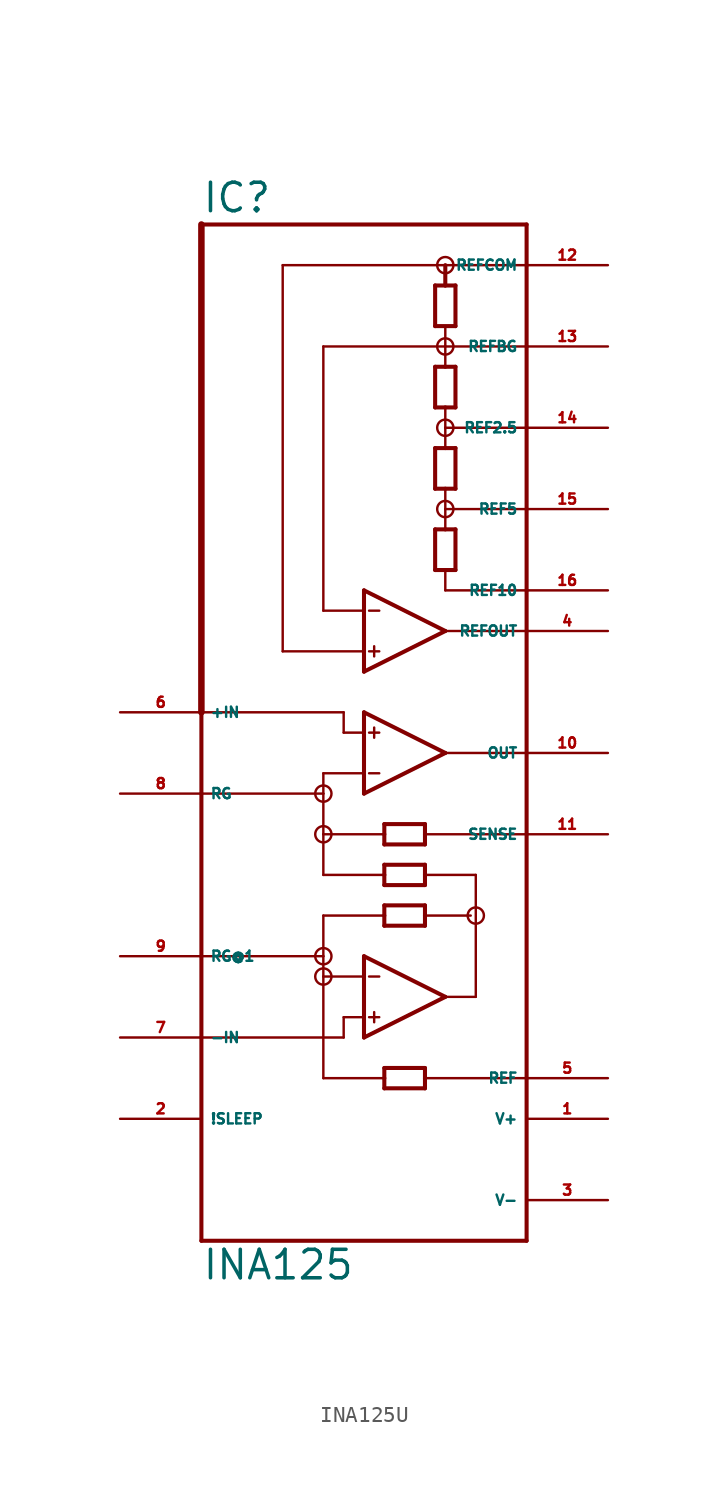
<source format=kicad_sym>
(kicad_symbol_lib
  (version 20220914)
  (generator Eagle2Kicad)
  (symbol "INA125U"
    (property "Reference" "IC"
      (at -12.7 28.575 0)
      (effects (font (size 1.778 1.778) (thickness 0.22)) (justify left bottom)))
    (property "Value" "INA125"
      (at -12.7 -38.1 0)
      (effects (font (size 1.778 1.778) (thickness 0.22)) (justify left bottom)))
    (polyline
      (pts (xy -2.54 -7.62) (xy -2.54 -6.35))
      (stroke (width 0.254) (type default))
      (fill (type none)))
    (polyline
      (pts (xy -2.54 -6.35) (xy -2.54 -3.81))
      (stroke (width 0.254) (type default))
      (fill (type none)))
    (polyline
      (pts (xy -2.54 -3.81) (xy -2.54 -2.54))
      (stroke (width 0.254) (type default))
      (fill (type none)))
    (polyline
      (pts (xy -2.54 -2.54) (xy 2.54 -5.08))
      (stroke (width 0.254) (type default))
      (fill (type none)))
    (polyline
      (pts (xy 2.54 -5.08) (xy -2.54 -7.62))
      (stroke (width 0.254) (type default))
      (fill (type none)))
    (polyline
      (pts (xy -2.54 -3.81) (xy -3.81 -3.81))
      (stroke (width 0.152) (type default))
      (fill (type none)))
    (polyline
      (pts (xy 1.27 -12.065) (xy 1.27 -12.7))
      (stroke (width 0.254) (type default))
      (fill (type none)))
    (polyline
      (pts (xy 1.27 -12.7) (xy 1.27 -13.335))
      (stroke (width 0.254) (type default))
      (fill (type none)))
    (polyline
      (pts (xy 1.27 -13.335) (xy -1.27 -13.335))
      (stroke (width 0.254) (type default))
      (fill (type none)))
    (polyline
      (pts (xy -1.27 -13.335) (xy -1.27 -12.7))
      (stroke (width 0.254) (type default))
      (fill (type none)))
    (polyline
      (pts (xy -1.27 -12.7) (xy -1.27 -12.065))
      (stroke (width 0.254) (type default))
      (fill (type none)))
    (polyline
      (pts (xy -1.27 -12.065) (xy 1.27 -12.065))
      (stroke (width 0.254) (type default))
      (fill (type none)))
    (polyline
      (pts (xy -1.27 -9.525) (xy -1.27 -10.16))
      (stroke (width 0.254) (type default))
      (fill (type none)))
    (polyline
      (pts (xy -1.27 -10.16) (xy -1.27 -10.795))
      (stroke (width 0.254) (type default))
      (fill (type none)))
    (polyline
      (pts (xy -1.27 -10.795) (xy 1.27 -10.795))
      (stroke (width 0.254) (type default))
      (fill (type none)))
    (polyline
      (pts (xy 1.27 -10.795) (xy 1.27 -10.16))
      (stroke (width 0.254) (type default))
      (fill (type none)))
    (polyline
      (pts (xy 1.27 -10.16) (xy 1.27 -9.525))
      (stroke (width 0.254) (type default))
      (fill (type none)))
    (polyline
      (pts (xy 1.27 -9.525) (xy -1.27 -9.525))
      (stroke (width 0.254) (type default))
      (fill (type none)))
    (polyline
      (pts (xy -2.54 -6.35) (xy -5.08 -6.35))
      (stroke (width 0.152) (type default))
      (fill (type none)))
    (polyline
      (pts (xy -5.08 -6.35) (xy -5.08 -7.62))
      (stroke (width 0.152) (type default))
      (fill (type none)))
    (polyline
      (pts (xy -2.223 -3.81) (xy -1.587 -3.81))
      (stroke (width 0.152) (type default))
      (fill (type none)))
    (polyline
      (pts (xy -2.223 -6.35) (xy -1.587 -6.35))
      (stroke (width 0.152) (type default))
      (fill (type none)))
    (polyline
      (pts (xy -1.905 -3.493) (xy -1.905 -4.128))
      (stroke (width 0.152) (type default))
      (fill (type none)))
    (polyline
      (pts (xy 2.54 -5.08) (xy 7.62 -5.08))
      (stroke (width 0.152) (type default))
      (fill (type none)))
    (polyline
      (pts (xy -12.7 -35.56) (xy 7.62 -35.56))
      (stroke (width 0.254) (type default))
      (fill (type none)))
    (polyline
      (pts (xy 7.62 -35.56) (xy 7.62 -25.4))
      (stroke (width 0.254) (type default))
      (fill (type none)))
    (polyline
      (pts (xy 7.62 -25.4) (xy 7.62 -10.16))
      (stroke (width 0.254) (type default))
      (fill (type none)))
    (polyline
      (pts (xy 7.62 -10.16) (xy 7.62 2.54))
      (stroke (width 0.254) (type default))
      (fill (type none)))
    (polyline
      (pts (xy 7.62 2.54) (xy 7.62 5.08))
      (stroke (width 0.254) (type default))
      (fill (type none)))
    (polyline
      (pts (xy 7.62 5.08) (xy 7.62 10.16))
      (stroke (width 0.254) (type default))
      (fill (type none)))
    (polyline
      (pts (xy 7.62 10.16) (xy 7.62 15.24))
      (stroke (width 0.254) (type default))
      (fill (type none)))
    (polyline
      (pts (xy 7.62 15.24) (xy 7.62 20.32))
      (stroke (width 0.254) (type default))
      (fill (type none)))
    (polyline
      (pts (xy 7.62 20.32) (xy 7.62 25.4))
      (stroke (width 0.254) (type default))
      (fill (type none)))
    (polyline
      (pts (xy 7.62 25.4) (xy 7.62 27.94))
      (stroke (width 0.254) (type default))
      (fill (type none)))
    (polyline
      (pts (xy 7.62 27.94) (xy -12.7 27.94))
      (stroke (width 0.254) (type default))
      (fill (type none)))
    (polyline
      (pts (xy -12.7 -2.54) (xy -12.7 -7.62))
      (stroke (width 0.254) (type default))
      (fill (type none)))
    (polyline
      (pts (xy -12.7 -7.62) (xy -12.7 -17.78))
      (stroke (width 0.254) (type default))
      (fill (type none)))
    (polyline
      (pts (xy -12.7 -17.78) (xy -12.7 -22.86))
      (stroke (width 0.254) (type default))
      (fill (type none)))
    (polyline
      (pts (xy -12.7 -22.86) (xy -12.7 -35.56))
      (stroke (width 0.254) (type default))
      (fill (type none)))
    (polyline
      (pts (xy -2.54 -22.86) (xy -2.54 -21.59))
      (stroke (width 0.254) (type default))
      (fill (type none)))
    (polyline
      (pts (xy -2.54 -21.59) (xy -2.54 -19.05))
      (stroke (width 0.254) (type default))
      (fill (type none)))
    (polyline
      (pts (xy -2.54 -19.05) (xy -2.54 -17.78))
      (stroke (width 0.254) (type default))
      (fill (type none)))
    (polyline
      (pts (xy -2.54 -17.78) (xy 2.54 -20.32))
      (stroke (width 0.254) (type default))
      (fill (type none)))
    (polyline
      (pts (xy 2.54 -20.32) (xy -2.54 -22.86))
      (stroke (width 0.254) (type default))
      (fill (type none)))
    (polyline
      (pts (xy 1.27 -15.875) (xy 1.27 -15.24))
      (stroke (width 0.254) (type default))
      (fill (type none)))
    (polyline
      (pts (xy 1.27 -15.24) (xy 1.27 -14.605))
      (stroke (width 0.254) (type default))
      (fill (type none)))
    (polyline
      (pts (xy 1.27 -14.605) (xy -1.27 -14.605))
      (stroke (width 0.254) (type default))
      (fill (type none)))
    (polyline
      (pts (xy -1.27 -14.605) (xy -1.27 -15.24))
      (stroke (width 0.254) (type default))
      (fill (type none)))
    (polyline
      (pts (xy -1.27 -15.24) (xy -1.27 -15.875))
      (stroke (width 0.254) (type default))
      (fill (type none)))
    (polyline
      (pts (xy -1.27 -15.875) (xy 1.27 -15.875))
      (stroke (width 0.254) (type default))
      (fill (type none)))
    (polyline
      (pts (xy -1.27 -26.035) (xy -1.27 -25.4))
      (stroke (width 0.254) (type default))
      (fill (type none)))
    (polyline
      (pts (xy -1.27 -25.4) (xy -1.27 -24.765))
      (stroke (width 0.254) (type default))
      (fill (type none)))
    (polyline
      (pts (xy -1.27 -24.765) (xy 1.27 -24.765))
      (stroke (width 0.254) (type default))
      (fill (type none)))
    (polyline
      (pts (xy 1.27 -24.765) (xy 1.27 -25.4))
      (stroke (width 0.254) (type default))
      (fill (type none)))
    (polyline
      (pts (xy 1.27 -25.4) (xy 1.27 -26.035))
      (stroke (width 0.254) (type default))
      (fill (type none)))
    (polyline
      (pts (xy 1.27 -26.035) (xy -1.27 -26.035))
      (stroke (width 0.254) (type default))
      (fill (type none)))
    (polyline
      (pts (xy -2.54 -19.05) (xy -5.08 -19.05))
      (stroke (width 0.152) (type default))
      (fill (type none)))
    (polyline
      (pts (xy -5.08 -19.05) (xy -5.08 -17.78))
      (stroke (width 0.152) (type default))
      (fill (type none)))
    (polyline
      (pts (xy -2.54 -21.59) (xy -3.81 -21.59))
      (stroke (width 0.152) (type default))
      (fill (type none)))
    (polyline
      (pts (xy -2.223 -19.05) (xy -1.587 -19.05))
      (stroke (width 0.152) (type default))
      (fill (type none)))
    (polyline
      (pts (xy -2.223 -21.59) (xy -1.587 -21.59))
      (stroke (width 0.152) (type default))
      (fill (type none)))
    (polyline
      (pts (xy -1.905 -21.273) (xy -1.905 -21.907))
      (stroke (width 0.152) (type default))
      (fill (type none)))
    (polyline
      (pts (xy 2.54 -20.32) (xy 4.445 -20.32))
      (stroke (width 0.152) (type default))
      (fill (type none)))
    (polyline
      (pts (xy -12.7 -2.54) (xy -3.81 -2.54))
      (stroke (width 0.152) (type default))
      (fill (type none)))
    (polyline
      (pts (xy -3.81 -2.54) (xy -3.81 -3.81))
      (stroke (width 0.152) (type default))
      (fill (type none)))
    (polyline
      (pts (xy -12.7 -7.62) (xy -5.08 -7.62))
      (stroke (width 0.152) (type default))
      (fill (type none)))
    (polyline
      (pts (xy -5.08 -7.62) (xy -5.08 -10.16))
      (stroke (width 0.152) (type default))
      (fill (type none)))
    (polyline
      (pts (xy -5.08 -10.16) (xy -1.27 -10.16))
      (stroke (width 0.152) (type default))
      (fill (type none)))
    (polyline
      (pts (xy -3.81 -21.59) (xy -3.81 -22.86))
      (stroke (width 0.152) (type default))
      (fill (type none)))
    (polyline
      (pts (xy -3.81 -22.86) (xy -12.7 -22.86))
      (stroke (width 0.152) (type default))
      (fill (type none)))
    (polyline
      (pts (xy -12.7 -17.78) (xy -5.08 -17.78))
      (stroke (width 0.152) (type default))
      (fill (type none)))
    (polyline
      (pts (xy -5.08 -12.7) (xy -1.27 -12.7))
      (stroke (width 0.152) (type default))
      (fill (type none)))
    (polyline
      (pts (xy -5.08 -10.16) (xy -5.08 -12.7))
      (stroke (width 0.152) (type default))
      (fill (type none)))
    (polyline
      (pts (xy 1.27 -12.7) (xy 4.445 -12.7))
      (stroke (width 0.152) (type default))
      (fill (type none)))
    (polyline
      (pts (xy 4.445 -12.7) (xy 4.445 -20.32))
      (stroke (width 0.152) (type default))
      (fill (type none)))
    (polyline
      (pts (xy 1.27 -15.24) (xy 4.128 -15.24))
      (stroke (width 0.152) (type default))
      (fill (type none)))
    (polyline
      (pts (xy -1.27 -15.24) (xy -5.08 -15.24))
      (stroke (width 0.152) (type default))
      (fill (type none)))
    (polyline
      (pts (xy -5.08 -15.24) (xy -5.08 -17.78))
      (stroke (width 0.152) (type default))
      (fill (type none)))
    (polyline
      (pts (xy -5.08 -19.05) (xy -5.08 -25.4))
      (stroke (width 0.152) (type default))
      (fill (type none)))
    (polyline
      (pts (xy 1.27 -25.4) (xy 7.62 -25.4))
      (stroke (width 0.152) (type default))
      (fill (type none)))
    (polyline
      (pts (xy -5.08 -25.4) (xy -1.27 -25.4))
      (stroke (width 0.152) (type default))
      (fill (type none)))
    (polyline
      (pts (xy -2.54 5.08) (xy -2.54 3.81))
      (stroke (width 0.254) (type default))
      (fill (type none)))
    (polyline
      (pts (xy -2.54 3.81) (xy -2.54 1.27))
      (stroke (width 0.254) (type default))
      (fill (type none)))
    (polyline
      (pts (xy -2.54 1.27) (xy -2.54 0))
      (stroke (width 0.254) (type default))
      (fill (type none)))
    (polyline
      (pts (xy -2.54 0) (xy 2.54 2.54))
      (stroke (width 0.254) (type default))
      (fill (type none)))
    (polyline
      (pts (xy 2.54 2.54) (xy -2.54 5.08))
      (stroke (width 0.254) (type default))
      (fill (type none)))
    (polyline
      (pts (xy -2.54 3.81) (xy -5.08 3.81))
      (stroke (width 0.152) (type default))
      (fill (type none)))
    (polyline
      (pts (xy -2.223 1.27) (xy -1.587 1.27))
      (stroke (width 0.152) (type default))
      (fill (type none)))
    (polyline
      (pts (xy -2.223 3.81) (xy -1.587 3.81))
      (stroke (width 0.152) (type default))
      (fill (type none)))
    (polyline
      (pts (xy -1.905 0.953) (xy -1.905 1.587))
      (stroke (width 0.152) (type default))
      (fill (type none)))
    (polyline
      (pts (xy 3.175 6.35) (xy 2.54 6.35))
      (stroke (width 0.254) (type default))
      (fill (type none)))
    (polyline
      (pts (xy 2.54 6.35) (xy 1.905 6.35))
      (stroke (width 0.254) (type default))
      (fill (type none)))
    (polyline
      (pts (xy 1.905 6.35) (xy 1.905 8.89))
      (stroke (width 0.254) (type default))
      (fill (type none)))
    (polyline
      (pts (xy 1.905 8.89) (xy 2.54 8.89))
      (stroke (width 0.254) (type default))
      (fill (type none)))
    (polyline
      (pts (xy 2.54 8.89) (xy 3.175 8.89))
      (stroke (width 0.254) (type default))
      (fill (type none)))
    (polyline
      (pts (xy 3.175 8.89) (xy 3.175 6.35))
      (stroke (width 0.254) (type default))
      (fill (type none)))
    (polyline
      (pts (xy 3.175 11.43) (xy 2.54 11.43))
      (stroke (width 0.254) (type default))
      (fill (type none)))
    (polyline
      (pts (xy 2.54 11.43) (xy 1.905 11.43))
      (stroke (width 0.254) (type default))
      (fill (type none)))
    (polyline
      (pts (xy 1.905 11.43) (xy 1.905 13.97))
      (stroke (width 0.254) (type default))
      (fill (type none)))
    (polyline
      (pts (xy 1.905 13.97) (xy 2.54 13.97))
      (stroke (width 0.254) (type default))
      (fill (type none)))
    (polyline
      (pts (xy 2.54 13.97) (xy 3.175 13.97))
      (stroke (width 0.254) (type default))
      (fill (type none)))
    (polyline
      (pts (xy 3.175 13.97) (xy 3.175 11.43))
      (stroke (width 0.254) (type default))
      (fill (type none)))
    (polyline
      (pts (xy 3.175 16.51) (xy 2.54 16.51))
      (stroke (width 0.254) (type default))
      (fill (type none)))
    (polyline
      (pts (xy 2.54 16.51) (xy 1.905 16.51))
      (stroke (width 0.254) (type default))
      (fill (type none)))
    (polyline
      (pts (xy 1.905 16.51) (xy 1.905 19.05))
      (stroke (width 0.254) (type default))
      (fill (type none)))
    (polyline
      (pts (xy 1.905 19.05) (xy 2.54 19.05))
      (stroke (width 0.254) (type default))
      (fill (type none)))
    (polyline
      (pts (xy 2.54 19.05) (xy 3.175 19.05))
      (stroke (width 0.254) (type default))
      (fill (type none)))
    (polyline
      (pts (xy 3.175 19.05) (xy 3.175 16.51))
      (stroke (width 0.254) (type default))
      (fill (type none)))
    (polyline
      (pts (xy 3.175 21.59) (xy 1.905 21.59))
      (stroke (width 0.254) (type default))
      (fill (type none)))
    (polyline
      (pts (xy 1.905 21.59) (xy 1.905 24.13))
      (stroke (width 0.254) (type default))
      (fill (type none)))
    (polyline
      (pts (xy 1.905 24.13) (xy 2.54 24.13))
      (stroke (width 0.254) (type default))
      (fill (type none)))
    (polyline
      (pts (xy 2.54 24.13) (xy 3.175 24.13))
      (stroke (width 0.254) (type default))
      (fill (type none)))
    (polyline
      (pts (xy 3.175 24.13) (xy 3.175 21.59))
      (stroke (width 0.254) (type default))
      (fill (type none)))
    (polyline
      (pts (xy 2.54 5.08) (xy 7.62 5.08))
      (stroke (width 0.152) (type default))
      (fill (type none)))
    (polyline
      (pts (xy 2.54 10.16) (xy 7.62 10.16))
      (stroke (width 0.152) (type default))
      (fill (type none)))
    (polyline
      (pts (xy 2.54 15.24) (xy 7.62 15.24))
      (stroke (width 0.152) (type default))
      (fill (type none)))
    (polyline
      (pts (xy 2.54 20.32) (xy 7.62 20.32))
      (stroke (width 0.152) (type default))
      (fill (type none)))
    (polyline
      (pts (xy -7.62 1.27) (xy -7.62 25.4))
      (stroke (width 0.152) (type default))
      (fill (type none)))
    (polyline
      (pts (xy -7.62 25.4) (xy 2.54 25.4))
      (stroke (width 0.152) (type default))
      (fill (type none)))
    (polyline
      (pts (xy 2.54 25.4) (xy 7.62 25.4))
      (stroke (width 0.152) (type default))
      (fill (type none)))
    (polyline
      (pts (xy 2.54 2.54) (xy 7.62 2.54))
      (stroke (width 0.152) (type default))
      (fill (type none)))
    (polyline
      (pts (xy 2.54 5.08) (xy 2.54 6.35))
      (stroke (width 0.152) (type default))
      (fill (type none)))
    (polyline
      (pts (xy 2.54 11.43) (xy 2.54 10.16))
      (stroke (width 0.152) (type default))
      (fill (type none)))
    (polyline
      (pts (xy 2.54 10.16) (xy 2.54 8.89))
      (stroke (width 0.152) (type default))
      (fill (type none)))
    (polyline
      (pts (xy 2.54 16.51) (xy 2.54 15.24))
      (stroke (width 0.152) (type default))
      (fill (type none)))
    (polyline
      (pts (xy 2.54 15.24) (xy 2.54 13.97))
      (stroke (width 0.152) (type default))
      (fill (type none)))
    (polyline
      (pts (xy 2.54 21.526) (xy 2.54 20.32))
      (stroke (width 0.152) (type default))
      (fill (type none)))
    (polyline
      (pts (xy 2.54 20.32) (xy 2.54 19.05))
      (stroke (width 0.152) (type default))
      (fill (type none)))
    (polyline
      (pts (xy 2.54 25.4) (xy 2.54 24.13))
      (stroke (width 0.254) (type default))
      (fill (type none)))
    (polyline
      (pts (xy -2.54 1.27) (xy -7.62 1.27))
      (stroke (width 0.152) (type default))
      (fill (type none)))
    (polyline
      (pts (xy 2.54 20.32) (xy -5.08 20.32))
      (stroke (width 0.152) (type default))
      (fill (type none)))
    (polyline
      (pts (xy -5.08 20.32) (xy -5.08 3.81))
      (stroke (width 0.152) (type default))
      (fill (type none)))
    (polyline
      (pts (xy 1.27 -10.16) (xy 7.62 -10.16))
      (stroke (width 0.152) (type default))
      (fill (type none)))
    (polyline
      (pts (xy -12.7 27.94) (xy -12.7 -2.54))
      (stroke (width 0.406) (type default))
      (fill (type none)))
    (circle
      (center 2.54 15.24)
      (radius 0.508)
      (stroke (width 0) (type default))
      (fill (type none)))
    (circle
      (center 2.54 20.32)
      (radius 0.508)
      (stroke (width 0) (type default))
      (fill (type none)))
    (circle
      (center 2.54 25.4)
      (radius 0.508)
      (stroke (width 0) (type default))
      (fill (type none)))
    (circle
      (center 2.54 10.16)
      (radius 0.508)
      (stroke (width 0) (type default))
      (fill (type none)))
    (circle
      (center 4.445 -15.24)
      (radius 0.508)
      (stroke (width 0) (type default))
      (fill (type none)))
    (circle
      (center -5.08 -17.78)
      (radius 0.508)
      (stroke (width 0) (type default))
      (fill (type none)))
    (circle
      (center -5.08 -19.05)
      (radius 0.508)
      (stroke (width 0) (type default))
      (fill (type none)))
    (circle
      (center -5.08 -7.62)
      (radius 0.508)
      (stroke (width 0) (type default))
      (fill (type none)))
    (circle
      (center -5.08 -10.16)
      (radius 0.508)
      (stroke (width 0) (type default))
      (fill (type none)))
    (pin input line
      (at -17.78 -2.54 0)
      (length 5.08)
      (name "+IN" (effects (font (size 0.635 0.635) (thickness 0.08)) (justify left bottom)))
      (number "6" (effects (font (size 0.635 0.635) (thickness 0.08)) (justify left bottom))))
    (pin passive line
      (at -17.78 -7.62 0)
      (length 5.08)
      (name "RG" (effects (font (size 0.635 0.635) (thickness 0.08)) (justify left bottom)))
      (number "8" (effects (font (size 0.635 0.635) (thickness 0.08)) (justify left bottom))))
    (pin output line
      (at 12.7 -5.08 180)
      (length 5.08)
      (name "OUT" (effects (font (size 0.635 0.635) (thickness 0.08)) (justify left bottom)))
      (number "10" (effects (font (size 0.635 0.635) (thickness 0.08)) (justify left bottom))))
    (pin unspecified line
      (at 12.7 -27.94 180)
      (length 5.08)
      (name "V+" (effects (font (size 0.635 0.635) (thickness 0.08)) (justify left bottom)))
      (number "1" (effects (font (size 0.635 0.635) (thickness 0.08)) (justify left bottom))))
    (pin unspecified line
      (at 12.7 -33.02 180)
      (length 5.08)
      (name "V-" (effects (font (size 0.635 0.635) (thickness 0.08)) (justify left bottom)))
      (number "3" (effects (font (size 0.635 0.635) (thickness 0.08)) (justify left bottom))))
    (pin passive line
      (at -17.78 -17.78 0)
      (length 5.08)
      (name "RG@1" (effects (font (size 0.635 0.635) (thickness 0.08)) (justify left bottom)))
      (number "9" (effects (font (size 0.635 0.635) (thickness 0.08)) (justify left bottom))))
    (pin input line
      (at -17.78 -22.86 0)
      (length 5.08)
      (name "-IN" (effects (font (size 0.635 0.635) (thickness 0.08)) (justify left bottom)))
      (number "7" (effects (font (size 0.635 0.635) (thickness 0.08)) (justify left bottom))))
    (pin passive line
      (at 12.7 -25.4 180)
      (length 5.08)
      (name "REF" (effects (font (size 0.635 0.635) (thickness 0.08)) (justify left bottom)))
      (number "5" (effects (font (size 0.635 0.635) (thickness 0.08)) (justify left bottom))))
    (pin output line
      (at 12.7 2.54 180)
      (length 5.08)
      (name "REFOUT" (effects (font (size 0.635 0.635) (thickness 0.08)) (justify left bottom)))
      (number "4" (effects (font (size 0.635 0.635) (thickness 0.08)) (justify left bottom))))
    (pin output line
      (at 12.7 5.08 180)
      (length 5.08)
      (name "REF10" (effects (font (size 0.635 0.635) (thickness 0.08)) (justify left bottom)))
      (number "16" (effects (font (size 0.635 0.635) (thickness 0.08)) (justify left bottom))))
    (pin output line
      (at 12.7 10.16 180)
      (length 5.08)
      (name "REF5" (effects (font (size 0.635 0.635) (thickness 0.08)) (justify left bottom)))
      (number "15" (effects (font (size 0.635 0.635) (thickness 0.08)) (justify left bottom))))
    (pin output line
      (at 12.7 15.24 180)
      (length 5.08)
      (name "REF2.5" (effects (font (size 0.635 0.635) (thickness 0.08)) (justify left bottom)))
      (number "14" (effects (font (size 0.635 0.635) (thickness 0.08)) (justify left bottom))))
    (pin output line
      (at 12.7 20.32 180)
      (length 5.08)
      (name "REFBG" (effects (font (size 0.635 0.635) (thickness 0.08)) (justify left bottom)))
      (number "13" (effects (font (size 0.635 0.635) (thickness 0.08)) (justify left bottom))))
    (pin passive line
      (at 12.7 25.4 180)
      (length 5.08)
      (name "REFCOM" (effects (font (size 0.635 0.635) (thickness 0.08)) (justify left bottom)))
      (number "12" (effects (font (size 0.635 0.635) (thickness 0.08)) (justify left bottom))))
    (pin input line
      (at -17.78 -27.94 0)
      (length 5.08)
      (name "!SLEEP" (effects (font (size 0.635 0.635) (thickness 0.08)) (justify left bottom)))
      (number "2" (effects (font (size 0.635 0.635) (thickness 0.08)) (justify left bottom))))
    (pin passive line
      (at 12.7 -10.16 180)
      (length 5.08)
      (name "SENSE" (effects (font (size 0.635 0.635) (thickness 0.08)) (justify left bottom)))
      (number "11" (effects (font (size 0.635 0.635) (thickness 0.08)) (justify left bottom))))))
</source>
